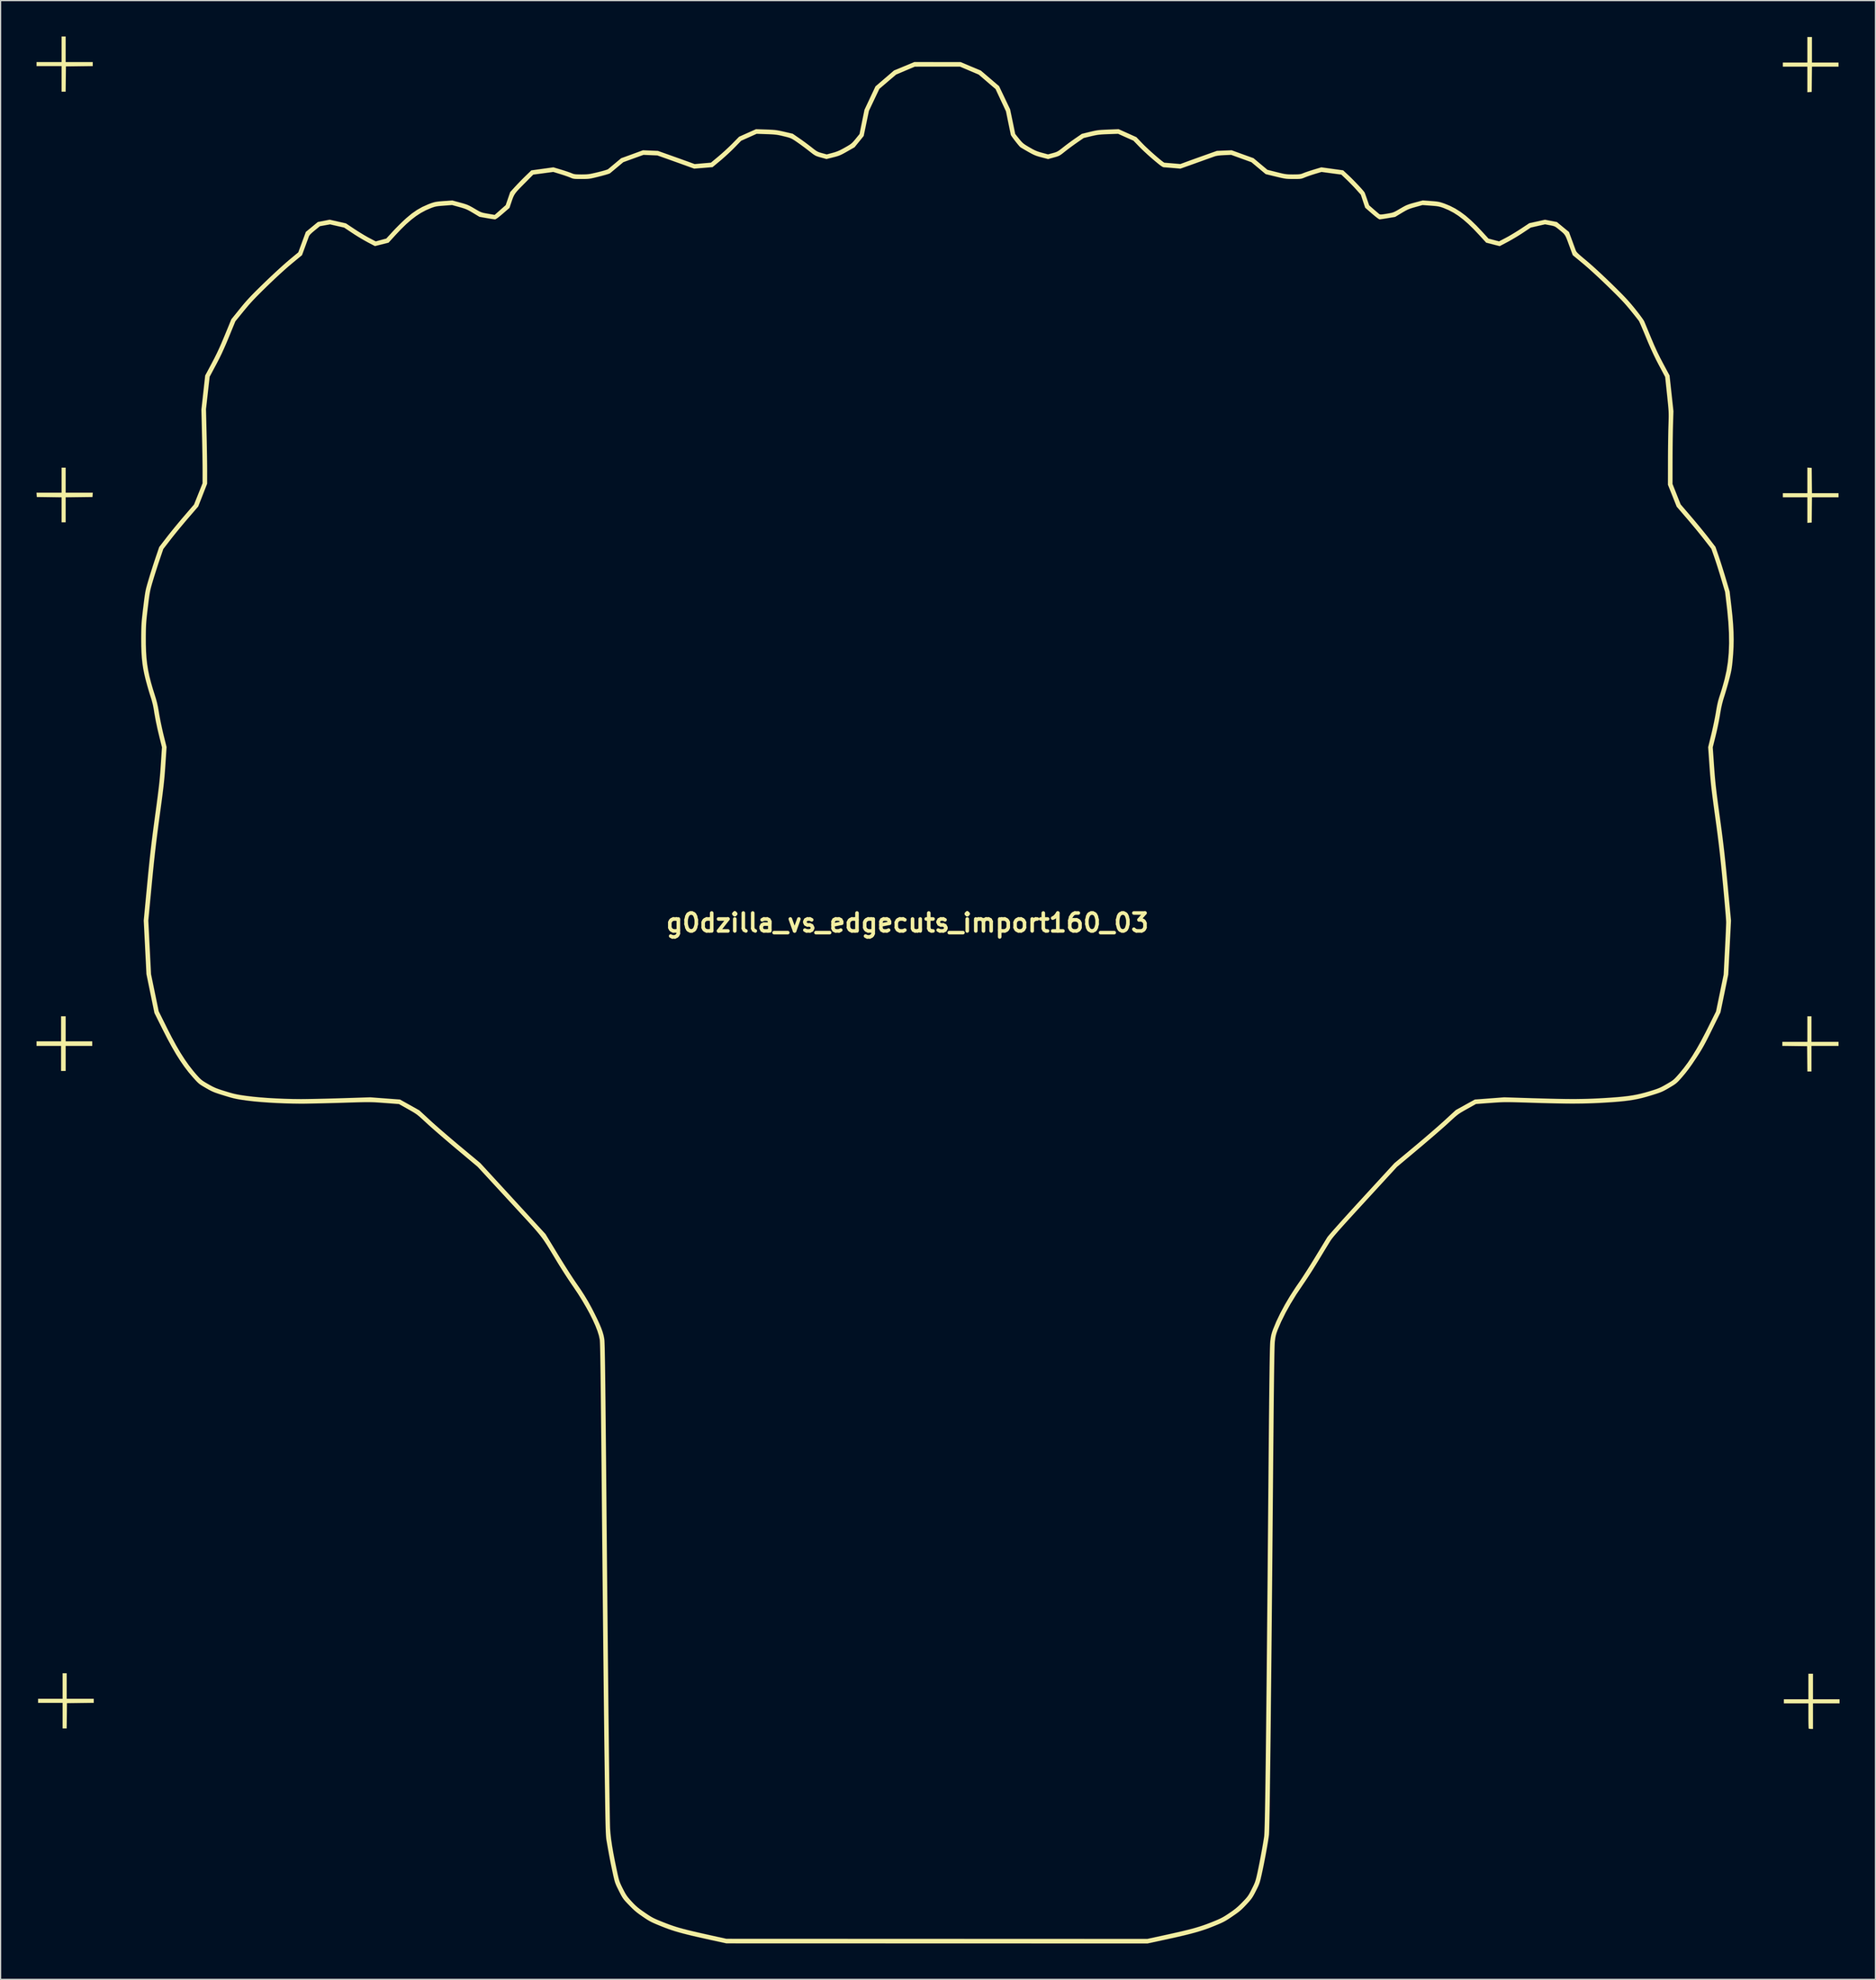
<source format=kicad_pcb>
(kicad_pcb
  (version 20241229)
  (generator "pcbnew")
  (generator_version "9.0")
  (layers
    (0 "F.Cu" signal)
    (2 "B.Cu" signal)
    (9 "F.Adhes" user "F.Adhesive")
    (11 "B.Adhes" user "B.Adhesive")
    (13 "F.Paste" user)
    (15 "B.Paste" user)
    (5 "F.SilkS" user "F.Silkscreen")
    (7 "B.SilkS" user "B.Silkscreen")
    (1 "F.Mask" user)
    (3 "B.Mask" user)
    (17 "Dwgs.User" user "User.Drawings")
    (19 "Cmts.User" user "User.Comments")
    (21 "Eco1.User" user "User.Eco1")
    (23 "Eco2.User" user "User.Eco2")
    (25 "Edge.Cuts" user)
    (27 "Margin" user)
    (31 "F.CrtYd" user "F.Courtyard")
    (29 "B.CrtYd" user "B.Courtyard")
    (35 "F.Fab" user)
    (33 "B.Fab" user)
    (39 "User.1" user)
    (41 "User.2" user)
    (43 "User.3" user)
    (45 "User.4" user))
  (footprint "g0dzilla_vs_edgecuts_import160_03"
    (layer "F.Cu")
    (at 72.79 74.066)
    (property "Reference" "g0dzilla_vs_edgecuts_import160_03" (at 0 0 0) (layer "F.SilkS") (effects (font (size 1.5 1.5) (thickness 0.3))))
    (attr board_only exclude_from_pos_files exclude_from_bom)
    (fp_poly (pts (xy -70.352 -72.998) (xy -70.352 -71.931) (xy -69.22 -71.931) (xy -68.089 -71.931) (xy -68.089 -71.761) (xy -68.089 -71.591) (xy -69.21 -71.58) (xy -70.33 -71.568) (xy -70.342 -70.512) (xy -70.353 -69.455) (xy -70.523 -69.455) (xy -70.693 -69.455) (xy -70.693 -70.522) (xy -70.693 -71.59) (xy -71.739 -71.59) (xy -72.785 -71.59) (xy -72.785 -71.76) (xy -72.785 -71.931) (xy -71.739 -71.931) (xy -70.693 -71.931) (xy -70.693 -72.998) (xy -70.693 -74.066) (xy -70.522 -74.066) (xy -70.352 -74.066)) (stroke (width 0) (type solid)) (fill yes) (layer "F.SilkS"))
    (fp_poly (pts (xy -70.352 -36.99) (xy -70.352 -35.944) (xy -69.218 -35.944) (xy -68.084 -35.944) (xy -68.097 -35.763) (xy -68.11 -35.581) (xy -69.231 -35.57) (xy -70.352 -35.559) (xy -70.352 -34.513) (xy -70.352 -33.468) (xy -70.522 -33.468) (xy -70.693 -33.468) (xy -70.693 -34.513) (xy -70.693 -35.558) (xy -71.728 -35.57) (xy -72.764 -35.581) (xy -72.777 -35.763) (xy -72.79 -35.944) (xy -71.741 -35.944) (xy -70.693 -35.944) (xy -70.693 -36.99) (xy -70.693 -38.036) (xy -70.522 -38.036) (xy -70.352 -38.036)) (stroke (width 0) (type solid)) (fill yes) (layer "F.SilkS"))
    (fp_poly (pts (xy -70.352 8.858) (xy -70.352 9.904) (xy -69.242 9.904) (xy -68.132 9.904) (xy -68.132 10.096) (xy -68.132 10.288) (xy -69.242 10.288) (xy -70.352 10.288) (xy -70.352 11.334) (xy -70.352 12.38) (xy -70.544 12.38) (xy -70.736 12.38) (xy -70.736 11.334) (xy -70.736 10.288) (xy -71.76 10.288) (xy -72.785 10.288) (xy -72.785 10.096) (xy -72.785 9.904) (xy -71.76 9.904) (xy -70.736 9.904) (xy -70.736 8.858) (xy -70.736 7.812) (xy -70.544 7.812) (xy -70.352 7.812)) (stroke (width 0) (type solid)) (fill yes) (layer "F.SilkS"))
    (fp_poly (pts (xy -70.266 63.777) (xy -70.266 64.845) (xy -69.135 64.845) (xy -68.004 64.845) (xy -68.004 65.015) (xy -68.004 65.185) (xy -69.124 65.196) (xy -70.245 65.208) (xy -70.256 66.264) (xy -70.268 67.321) (xy -70.438 67.321) (xy -70.608 67.321) (xy -70.608 66.253) (xy -70.608 65.186) (xy -71.632 65.186) (xy -72.657 65.186) (xy -72.657 65.015) (xy -72.657 64.845) (xy -71.632 64.845) (xy -70.608 64.845) (xy -70.608 63.777) (xy -70.608 62.71) (xy -70.437 62.71) (xy -70.266 62.71)) (stroke (width 0) (type solid)) (fill yes) (layer "F.SilkS"))
    (fp_poly (pts (xy 75.4 -38.028) (xy 75.581 -38.015) (xy 75.592 -36.958) (xy 75.604 -35.902) (xy 76.713 -35.902) (xy 77.822 -35.902) (xy 77.822 -35.731) (xy 77.822 -35.56) (xy 76.713 -35.56) (xy 75.604 -35.56) (xy 75.592 -34.503) (xy 75.581 -33.447) (xy 75.4 -33.434) (xy 75.218 -33.421) (xy 75.218 -34.49) (xy 75.218 -35.56) (xy 74.194 -35.56) (xy 73.169 -35.56) (xy 73.169 -35.731) (xy 73.169 -35.902) (xy 74.194 -35.902) (xy 75.218 -35.902) (xy 75.218 -36.971) (xy 75.218 -38.041)) (stroke (width 0) (type solid)) (fill yes) (layer "F.SilkS"))
    (fp_poly (pts (xy 75.56 8.879) (xy 75.56 9.947) (xy 76.691 9.947) (xy 77.822 9.947) (xy 77.822 10.117) (xy 77.822 10.288) (xy 76.691 10.288) (xy 75.56 10.288) (xy 75.56 11.355) (xy 75.56 12.423) (xy 75.39 12.423) (xy 75.22 12.423) (xy 75.208 11.366) (xy 75.197 10.309) (xy 74.162 10.298) (xy 73.126 10.287) (xy 73.126 10.117) (xy 73.126 9.947) (xy 74.172 9.947) (xy 75.218 9.947) (xy 75.218 8.879) (xy 75.218 7.812) (xy 75.389 7.812) (xy 75.56 7.812)) (stroke (width 0) (type solid)) (fill yes) (layer "F.SilkS"))
    (fp_poly (pts (xy 75.602 -72.956) (xy 75.602 -71.888) (xy 76.712 -71.888) (xy 77.822 -71.888) (xy 77.822 -71.718) (xy 77.822 -71.547) (xy 76.713 -71.547) (xy 75.604 -71.547) (xy 75.592 -70.49) (xy 75.581 -69.434) (xy 75.4 -69.421) (xy 75.218 -69.408) (xy 75.218 -70.477) (xy 75.218 -71.547) (xy 74.194 -71.547) (xy 73.169 -71.547) (xy 73.169 -71.718) (xy 73.169 -71.888) (xy 74.194 -71.888) (xy 75.218 -71.888) (xy 75.218 -72.956) (xy 75.218 -74.023) (xy 75.41 -74.023) (xy 75.602 -74.023)) (stroke (width 0) (type solid)) (fill yes) (layer "F.SilkS"))
    (fp_poly (pts (xy 75.688 63.82) (xy 75.688 64.887) (xy 76.798 64.887) (xy 77.908 64.887) (xy 77.908 65.058) (xy 77.908 65.229) (xy 76.798 65.229) (xy 75.688 65.229) (xy 75.688 66.296) (xy 75.688 67.363) (xy 75.524 67.363) (xy 75.411 67.357) (xy 75.339 67.34) (xy 75.332 67.335) (xy 75.324 67.286) (xy 75.317 67.164) (xy 75.311 66.98) (xy 75.307 66.747) (xy 75.304 66.477) (xy 75.304 66.268) (xy 75.304 65.229) (xy 74.279 65.229) (xy 73.254 65.229) (xy 73.254 65.058) (xy 73.254 64.887) (xy 74.279 64.887) (xy 75.304 64.887) (xy 75.304 63.82) (xy 75.304 62.753) (xy 75.496 62.753) (xy 75.688 62.753)) (stroke (width 0) (type solid)) (fill yes) (layer "F.SilkS"))
    (fp_poly (pts (xy 2.51 -71.931) (xy 4.444 -71.931) (xy 5.294 -71.573) (xy 6.143 -71.216) (xy 6.903 -70.566) (xy 7.663 -69.916) (xy 8.124 -68.949) (xy 8.585 -67.982) (xy 8.796 -66.967) (xy 8.855 -66.684) (xy 8.907 -66.431) (xy 8.951 -66.218) (xy 8.984 -66.057) (xy 9.003 -65.96) (xy 9.007 -65.936) (xy 9.033 -65.898) (xy 9.102 -65.808) (xy 9.204 -65.679) (xy 9.329 -65.524) (xy 9.331 -65.521) (xy 9.465 -65.359) (xy 9.577 -65.236) (xy 9.686 -65.135) (xy 9.812 -65.041) (xy 9.974 -64.938) (xy 10.19 -64.809) (xy 10.196 -64.806) (xy 10.442 -64.665) (xy 10.645 -64.561) (xy 10.832 -64.481) (xy 11.03 -64.413) (xy 11.244 -64.352) (xy 11.751 -64.215) (xy 12.147 -64.321) (xy 12.311 -64.368) (xy 12.441 -64.413) (xy 12.556 -64.469) (xy 12.678 -64.546) (xy 12.825 -64.656) (xy 13.006 -64.798) (xy 13.221 -64.966) (xy 13.477 -65.158) (xy 13.744 -65.353) (xy 13.992 -65.528) (xy 14.023 -65.549) (xy 14.577 -65.93) (xy 15.239 -66.093) (xy 15.475 -66.149) (xy 15.672 -66.192) (xy 15.849 -66.224) (xy 16.028 -66.246) (xy 16.23 -66.263) (xy 16.475 -66.276) (xy 16.777 -66.289) (xy 17.652 -66.322) (xy 18.395 -65.989) (xy 19.138 -65.655) (xy 19.633 -65.136) (xy 19.787 -64.98) (xy 19.973 -64.8) (xy 20.182 -64.605) (xy 20.404 -64.404) (xy 20.629 -64.204) (xy 20.847 -64.014) (xy 21.049 -63.844) (xy 21.224 -63.701) (xy 21.363 -63.594) (xy 21.456 -63.532) (xy 21.487 -63.519) (xy 21.545 -63.515) (xy 21.672 -63.505) (xy 21.852 -63.49) (xy 22.068 -63.472) (xy 22.175 -63.463) (xy 22.814 -63.41) (xy 23.435 -63.638) (xy 23.673 -63.725) (xy 23.966 -63.831) (xy 24.292 -63.948) (xy 24.624 -64.067) (xy 24.939 -64.179) (xy 24.962 -64.187) (xy 25.869 -64.509) (xy 26.485 -64.534) (xy 27.101 -64.559) (xy 28.015 -64.228) (xy 28.928 -63.898) (xy 29.509 -63.412) (xy 30.09 -62.926) (xy 30.86 -62.733) (xy 31.138 -62.664) (xy 31.355 -62.613) (xy 31.531 -62.579) (xy 31.687 -62.557) (xy 31.844 -62.545) (xy 32.023 -62.54) (xy 32.23 -62.539) (xy 32.475 -62.541) (xy 32.655 -62.546) (xy 32.789 -62.558) (xy 32.898 -62.58) (xy 33.001 -62.613) (xy 33.096 -62.651) (xy 33.235 -62.705) (xy 33.433 -62.774) (xy 33.666 -62.851) (xy 33.91 -62.928) (xy 33.978 -62.949) (xy 34.595 -63.134) (xy 35.507 -63.008) (xy 36.419 -62.883) (xy 36.908 -62.427) (xy 37.074 -62.268) (xy 37.26 -62.082) (xy 37.456 -61.881) (xy 37.65 -61.677) (xy 37.832 -61.481) (xy 37.99 -61.306) (xy 38.114 -61.162) (xy 38.194 -61.06) (xy 38.212 -61.031) (xy 38.236 -60.974) (xy 38.281 -60.852) (xy 38.341 -60.685) (xy 38.411 -60.488) (xy 38.417 -60.468) (xy 38.596 -59.955) (xy 38.985 -59.614) (xy 39.144 -59.477) (xy 39.285 -59.356) (xy 39.393 -59.265) (xy 39.451 -59.219) (xy 39.497 -59.199) (xy 39.57 -59.191) (xy 39.684 -59.199) (xy 39.854 -59.222) (xy 40.072 -59.257) (xy 40.283 -59.293) (xy 40.444 -59.326) (xy 40.576 -59.363) (xy 40.701 -59.413) (xy 40.84 -59.484) (xy 41.016 -59.584) (xy 41.177 -59.679) (xy 41.4 -59.808) (xy 41.58 -59.906) (xy 41.742 -59.981) (xy 41.911 -60.045) (xy 42.11 -60.107) (xy 42.366 -60.178) (xy 42.4 -60.187) (xy 43.065 -60.366) (xy 43.742 -60.318) (xy 44.009 -60.298) (xy 44.214 -60.278) (xy 44.381 -60.253) (xy 44.532 -60.219) (xy 44.692 -60.17) (xy 44.883 -60.104) (xy 44.906 -60.096) (xy 45.356 -59.912) (xy 45.793 -59.687) (xy 46.224 -59.415) (xy 46.659 -59.09) (xy 47.104 -58.704) (xy 47.57 -58.253) (xy 48 -57.798) (xy 48.57 -57.177) (xy 49.009 -57.062) (xy 49.447 -56.947) (xy 50.006 -57.239) (xy 50.233 -57.363) (xy 50.504 -57.521) (xy 50.795 -57.696) (xy 51.081 -57.875) (xy 51.27 -57.998) (xy 51.974 -58.464) (xy 52.631 -58.609) (xy 53.288 -58.755) (xy 53.786 -58.659) (xy 54.283 -58.563) (xy 54.788 -58.147) (xy 55.294 -57.731) (xy 55.544 -57.051) (xy 55.632 -56.811) (xy 55.715 -56.585) (xy 55.787 -56.392) (xy 55.839 -56.25) (xy 55.86 -56.193) (xy 55.891 -56.128) (xy 55.941 -56.056) (xy 56.017 -55.971) (xy 56.129 -55.864) (xy 56.283 -55.727) (xy 56.489 -55.552) (xy 56.729 -55.353) (xy 56.99 -55.131) (xy 57.299 -54.858) (xy 57.644 -54.545) (xy 58.014 -54.203) (xy 58.396 -53.841) (xy 58.781 -53.471) (xy 58.836 -53.417) (xy 59.19 -53.071) (xy 59.49 -52.773) (xy 59.748 -52.513) (xy 59.972 -52.28) (xy 60.172 -52.066) (xy 60.356 -51.859) (xy 60.536 -51.649) (xy 60.721 -51.426) (xy 60.813 -51.312) (xy 61.005 -51.071) (xy 61.183 -50.84) (xy 61.339 -50.63) (xy 61.464 -50.454) (xy 61.549 -50.323) (xy 61.58 -50.266) (xy 61.621 -50.172) (xy 61.689 -50.01) (xy 61.779 -49.795) (xy 61.886 -49.537) (xy 62.004 -49.25) (xy 62.13 -48.945) (xy 62.149 -48.899) (xy 62.404 -48.296) (xy 62.655 -47.745) (xy 62.916 -47.213) (xy 63.162 -46.743) (xy 63.7 -45.741) (xy 63.863 -44.247) (xy 64.025 -42.753) (xy 63.989 -41.601) (xy 63.981 -41.296) (xy 63.974 -40.923) (xy 63.967 -40.499) (xy 63.961 -40.042) (xy 63.956 -39.568) (xy 63.953 -39.095) (xy 63.951 -38.64) (xy 63.951 -38.561) (xy 63.948 -36.674) (xy 64.287 -35.822) (xy 64.625 -34.969) (xy 65.514 -33.93) (xy 65.767 -33.632) (xy 66.034 -33.313) (xy 66.301 -32.99) (xy 66.553 -32.68) (xy 66.778 -32.4) (xy 66.961 -32.167) (xy 66.97 -32.155) (xy 67.536 -31.418) (xy 67.792 -30.682) (xy 67.877 -30.43) (xy 67.979 -30.117) (xy 68.091 -29.766) (xy 68.206 -29.398) (xy 68.318 -29.036) (xy 68.384 -28.815) (xy 68.722 -27.684) (xy 68.873 -26.403) (xy 68.955 -25.638) (xy 69.013 -24.938) (xy 69.048 -24.286) (xy 69.06 -23.666) (xy 69.049 -23.062) (xy 69.015 -22.457) (xy 68.991 -22.156) (xy 68.96 -21.815) (xy 68.93 -21.536) (xy 68.898 -21.299) (xy 68.861 -21.08) (xy 68.815 -20.858) (xy 68.755 -20.61) (xy 68.709 -20.427) (xy 68.625 -20.112) (xy 68.526 -19.76) (xy 68.422 -19.405) (xy 68.324 -19.082) (xy 68.283 -18.954) (xy 68.179 -18.616) (xy 68.095 -18.302) (xy 68.023 -17.982) (xy 67.957 -17.624) (xy 67.923 -17.417) (xy 67.87 -17.108) (xy 67.8 -16.746) (xy 67.72 -16.361) (xy 67.636 -15.981) (xy 67.554 -15.637) (xy 67.551 -15.625) (xy 67.311 -14.665) (xy 67.421 -13.085) (xy 67.447 -12.731) (xy 67.472 -12.406) (xy 67.498 -12.098) (xy 67.526 -11.795) (xy 67.558 -11.486) (xy 67.595 -11.161) (xy 67.637 -10.808) (xy 67.687 -10.416) (xy 67.745 -9.974) (xy 67.814 -9.47) (xy 67.893 -8.894) (xy 67.897 -8.861) (xy 67.983 -8.236) (xy 68.06 -7.662) (xy 68.129 -7.123) (xy 68.193 -6.604) (xy 68.254 -6.09) (xy 68.312 -5.565) (xy 68.371 -5.013) (xy 68.432 -4.419) (xy 68.496 -3.768) (xy 68.55 -3.205) (xy 68.837 -0.192) (xy 68.722 2.065) (xy 68.607 4.321) (xy 68.281 5.907) (xy 67.955 7.492) (xy 67.24 8.943) (xy 67.039 9.35) (xy 66.866 9.693) (xy 66.714 9.987) (xy 66.575 10.245) (xy 66.441 10.482) (xy 66.305 10.711) (xy 66.158 10.946) (xy 65.993 11.202) (xy 65.9 11.344) (xy 65.582 11.816) (xy 65.291 12.223) (xy 65.016 12.578) (xy 64.78 12.86) (xy 64.599 13.065) (xy 64.456 13.221) (xy 64.334 13.341) (xy 64.216 13.442) (xy 64.083 13.537) (xy 63.919 13.64) (xy 63.705 13.768) (xy 63.679 13.784) (xy 63.477 13.902) (xy 63.307 13.996) (xy 63.153 14.074) (xy 62.997 14.143) (xy 62.822 14.21) (xy 62.611 14.282) (xy 62.347 14.366) (xy 62.134 14.432) (xy 61.76 14.543) (xy 61.405 14.638) (xy 61.056 14.719) (xy 60.7 14.788) (xy 60.324 14.847) (xy 59.915 14.898) (xy 59.462 14.943) (xy 58.951 14.984) (xy 58.368 15.022) (xy 58.271 15.028) (xy 57.805 15.054) (xy 57.351 15.075) (xy 56.897 15.09) (xy 56.435 15.101) (xy 55.954 15.106) (xy 55.444 15.107) (xy 54.896 15.103) (xy 54.301 15.093) (xy 53.647 15.079) (xy 52.926 15.06) (xy 52.288 15.04) (xy 51.776 15.024) (xy 51.339 15.011) (xy 50.968 15.001) (xy 50.652 14.993) (xy 50.381 14.989) (xy 50.146 14.987) (xy 49.935 14.988) (xy 49.74 14.992) (xy 49.551 14.999) (xy 49.356 15.01) (xy 49.147 15.023) (xy 48.913 15.039) (xy 48.718 15.053) (xy 47.523 15.141) (xy 46.77 15.562) (xy 46.533 15.695) (xy 46.343 15.806) (xy 46.183 15.905) (xy 46.04 16.003) (xy 45.899 16.112) (xy 45.745 16.242) (xy 45.564 16.405) (xy 45.34 16.61) (xy 45.238 16.705) (xy 45.049 16.877) (xy 44.804 17.096) (xy 44.513 17.351) (xy 44.187 17.635) (xy 43.835 17.939) (xy 43.467 18.253) (xy 43.095 18.57) (xy 42.727 18.88) (xy 42.689 18.912) (xy 40.917 20.398) (xy 38.255 23.296) (xy 37.788 23.805) (xy 37.375 24.256) (xy 37.013 24.652) (xy 36.698 24.999) (xy 36.426 25.3) (xy 36.194 25.559) (xy 35.997 25.782) (xy 35.833 25.971) (xy 35.697 26.131) (xy 35.585 26.267) (xy 35.494 26.383) (xy 35.42 26.483) (xy 35.36 26.57) (xy 35.328 26.621) (xy 35.238 26.766) (xy 35.113 26.97) (xy 34.959 27.222) (xy 34.786 27.507) (xy 34.601 27.813) (xy 34.411 28.126) (xy 34.342 28.24) (xy 34.133 28.582) (xy 33.906 28.946) (xy 33.671 29.314) (xy 33.442 29.666) (xy 33.231 29.984) (xy 33.05 30.248) (xy 33.038 30.267) (xy 32.509 31.052) (xy 32.029 31.833) (xy 31.602 32.6) (xy 31.235 33.342) (xy 30.943 34.023) (xy 30.855 34.263) (xy 30.793 34.474) (xy 30.749 34.694) (xy 30.714 34.958) (xy 30.71 34.991) (xy 30.704 35.064) (xy 30.698 35.174) (xy 30.692 35.323) (xy 30.686 35.514) (xy 30.68 35.748) (xy 30.673 36.029) (xy 30.667 36.358) (xy 30.661 36.738) (xy 30.654 37.172) (xy 30.647 37.661) (xy 30.64 38.208) (xy 30.633 38.816) (xy 30.625 39.487) (xy 30.617 40.223) (xy 30.609 41.027) (xy 30.601 41.9) (xy 30.592 42.846) (xy 30.582 43.867) (xy 30.572 44.965) (xy 30.562 46.143) (xy 30.551 47.403) (xy 30.546 47.99) (xy 30.529 49.933) (xy 30.513 51.814) (xy 30.497 53.634) (xy 30.481 55.391) (xy 30.465 57.084) (xy 30.45 58.713) (xy 30.435 60.275) (xy 30.42 61.771) (xy 30.406 63.199) (xy 30.391 64.559) (xy 30.378 65.849) (xy 30.365 67.068) (xy 30.352 68.216) (xy 30.339 69.291) (xy 30.327 70.293) (xy 30.315 71.221) (xy 30.304 72.073) (xy 30.293 72.849) (xy 30.283 73.547) (xy 30.273 74.168) (xy 30.263 74.709) (xy 30.254 75.17) (xy 30.246 75.549) (xy 30.238 75.847) (xy 30.23 76.062) (xy 30.223 76.192) (xy 30.22 76.221) (xy 30.186 76.468) (xy 30.137 76.782) (xy 30.075 77.148) (xy 30.003 77.551) (xy 29.925 77.976) (xy 29.842 78.405) (xy 29.759 78.825) (xy 29.677 79.219) (xy 29.642 79.379) (xy 29.576 79.679) (xy 29.522 79.913) (xy 29.473 80.1) (xy 29.423 80.259) (xy 29.367 80.406) (xy 29.298 80.561) (xy 29.21 80.741) (xy 29.133 80.894) (xy 29.009 81.136) (xy 28.905 81.324) (xy 28.807 81.481) (xy 28.699 81.627) (xy 28.565 81.786) (xy 28.391 81.978) (xy 28.337 82.036) (xy 28.147 82.238) (xy 27.982 82.402) (xy 27.822 82.546) (xy 27.649 82.686) (xy 27.441 82.837) (xy 27.182 83.017) (xy 27.172 83.024) (xy 26.939 83.181) (xy 26.745 83.307) (xy 26.571 83.411) (xy 26.399 83.503) (xy 26.209 83.594) (xy 25.984 83.692) (xy 25.704 83.808) (xy 25.592 83.853) (xy 25.287 83.974) (xy 24.984 84.086) (xy 24.673 84.191) (xy 24.346 84.294) (xy 23.992 84.396) (xy 23.602 84.5) (xy 23.166 84.608) (xy 22.676 84.723) (xy 22.12 84.848) (xy 21.491 84.986) (xy 21.466 84.992) (xy 20.071 85.293) (xy 2.469 85.289) (xy -15.133 85.285) (xy -16.371 85.014) (xy -16.983 84.878) (xy -17.521 84.757) (xy -17.993 84.648) (xy -18.408 84.547) (xy -18.776 84.453) (xy -19.105 84.363) (xy -19.406 84.275) (xy -19.686 84.185) (xy -19.955 84.093) (xy -20.222 83.994) (xy -20.496 83.887) (xy -20.52 83.878) (xy -20.831 83.752) (xy -21.08 83.648) (xy -21.283 83.557) (xy -21.458 83.471) (xy -21.622 83.38) (xy -21.792 83.275) (xy -21.984 83.149) (xy -22.099 83.071) (xy -22.375 82.88) (xy -22.602 82.711) (xy -22.805 82.541) (xy -23.009 82.351) (xy -23.24 82.118) (xy -23.257 82.1) (xy -23.448 81.902) (xy -23.593 81.746) (xy -23.705 81.612) (xy -23.798 81.481) (xy -23.887 81.335) (xy -23.984 81.154) (xy -24.104 80.919) (xy -24.115 80.896) (xy -24.225 80.677) (xy -24.31 80.501) (xy -24.376 80.348) (xy -24.431 80.202) (xy -24.479 80.043) (xy -24.526 79.855) (xy -24.58 79.619) (xy -24.645 79.318) (xy -24.646 79.316) (xy -24.729 78.923) (xy -24.806 78.551) (xy -24.879 78.18) (xy -24.952 77.792) (xy -25.03 77.365) (xy -25.115 76.88) (xy -25.144 76.712) (xy -25.156 76.642) (xy -25.166 76.568) (xy -25.176 76.485) (xy -25.185 76.389) (xy -25.194 76.276) (xy -25.202 76.142) (xy -25.209 75.982) (xy -25.216 75.791) (xy -25.223 75.567) (xy -25.23 75.303) (xy -25.237 74.997) (xy -25.244 74.643) (xy -25.251 74.238) (xy -25.259 73.777) (xy -25.267 73.256) (xy -25.275 72.67) (xy -25.285 72.015) (xy -25.295 71.288) (xy -25.305 70.482) (xy -25.315 69.733) (xy -25.323 69.154) (xy -25.331 68.495) (xy -25.34 67.761) (xy -25.349 66.959) (xy -25.359 66.093) (xy -25.369 65.168) (xy -25.38 64.191) (xy -25.391 63.167) (xy -25.402 62.101) (xy -25.414 60.998) (xy -25.426 59.864) (xy -25.438 58.705) (xy -25.449 57.525) (xy -25.461 56.331) (xy -25.473 55.127) (xy -25.485 53.92) (xy -25.496 52.714) (xy -25.508 51.516) (xy -25.519 50.329) (xy -25.529 49.242) (xy -25.541 47.881) (xy -25.553 46.604) (xy -25.564 45.407) (xy -25.575 44.289) (xy -25.585 43.247) (xy -25.595 42.278) (xy -25.604 41.381) (xy -25.613 40.553) (xy -25.621 39.792) (xy -25.629 39.096) (xy -25.637 38.461) (xy -25.644 37.887) (xy -25.651 37.37) (xy -25.658 36.908) (xy -25.664 36.499) (xy -25.67 36.141) (xy -25.676 35.831) (xy -25.682 35.566) (xy -25.688 35.346) (xy -25.694 35.166) (xy -25.7 35.026) (xy -25.706 34.922) (xy -25.711 34.853) (xy -25.714 34.834) (xy -25.784 34.498) (xy -25.908 34.106) (xy -26.079 33.665) (xy -26.296 33.183) (xy -26.553 32.669) (xy -26.848 32.129) (xy -27.175 31.571) (xy -27.531 31.003) (xy -27.912 30.434) (xy -27.998 30.311) (xy -28.18 30.045) (xy -28.393 29.725) (xy -28.623 29.372) (xy -28.857 29.006) (xy -29.083 28.647) (xy -29.266 28.347) (xy -29.481 27.992) (xy -29.668 27.681) (xy -29.834 27.406) (xy -29.983 27.163) (xy -30.118 26.944) (xy -30.247 26.745) (xy -30.372 26.559) (xy -30.498 26.381) (xy -30.631 26.204) (xy -30.775 26.022) (xy -30.934 25.83) (xy -31.114 25.621) (xy -31.318 25.389) (xy -31.553 25.129) (xy -31.821 24.835) (xy -32.129 24.501) (xy -32.481 24.12) (xy -32.881 23.686) (xy -33.269 23.266) (xy -35.925 20.384) (xy -37.681 18.911) (xy -38.047 18.603) (xy -38.419 18.287) (xy -38.786 17.973) (xy -39.139 17.668) (xy -39.468 17.382) (xy -39.762 17.123) (xy -40.012 16.901) (xy -40.206 16.723) (xy -40.216 16.714) (xy -40.46 16.488) (xy -40.656 16.309) (xy -40.819 16.167) (xy -40.963 16.051) (xy -41.103 15.95) (xy -41.253 15.852) (xy -41.429 15.748) (xy -41.643 15.625) (xy -41.746 15.568) (xy -42.497 15.146) (xy -43.69 15.056) (xy -43.947 15.037) (xy -44.172 15.021) (xy -44.374 15.008) (xy -44.563 14.998) (xy -44.749 14.992) (xy -44.943 14.988) (xy -45.154 14.987) (xy -45.392 14.989) (xy -45.666 14.994) (xy -45.987 15.002) (xy -46.365 15.013) (xy -46.81 15.026) (xy -47.276 15.041) (xy -47.761 15.055) (xy -48.252 15.068) (xy -48.738 15.081) (xy -49.205 15.091) (xy -49.64 15.1) (xy -50.032 15.107) (xy -50.367 15.112) (xy -50.634 15.114) (xy -50.693 15.114) (xy -51.347 15.107) (xy -52.022 15.09) (xy -52.702 15.061) (xy -53.368 15.024) (xy -54.005 14.978) (xy -54.594 14.925) (xy -55.12 14.865) (xy -55.237 14.85) (xy -55.572 14.803) (xy -55.845 14.761) (xy -56.082 14.717) (xy -56.304 14.668) (xy -56.537 14.608) (xy -56.804 14.53) (xy -57.116 14.435) (xy -57.427 14.338) (xy -57.674 14.257) (xy -57.875 14.186) (xy -58.048 14.115) (xy -58.211 14.039) (xy -58.381 13.95) (xy -58.576 13.84) (xy -58.629 13.81) (xy -58.842 13.686) (xy -59.006 13.586) (xy -59.139 13.495) (xy -59.257 13.399) (xy -59.377 13.284) (xy -59.516 13.137) (xy -59.691 12.942) (xy -59.736 12.892) (xy -60.09 12.475) (xy -60.437 12.021) (xy -60.781 11.523) (xy -61.128 10.974) (xy -61.482 10.365) (xy -61.849 9.689) (xy -62.204 8.996) (xy -62.932 7.54) (xy -63.266 5.915) (xy -63.601 4.29) (xy -63.714 2.049) (xy -63.827 -0.192) (xy -63.545 -3.159) (xy -63.475 -3.887) (xy -63.409 -4.547) (xy -63.346 -5.156) (xy -63.283 -5.732) (xy -63.219 -6.293) (xy -63.152 -6.855) (xy -63.079 -7.436) (xy -62.998 -8.052) (xy -62.908 -8.723) (xy -62.881 -8.922) (xy -62.8 -9.516) (xy -62.731 -10.036) (xy -62.671 -10.492) (xy -62.62 -10.895) (xy -62.576 -11.253) (xy -62.539 -11.578) (xy -62.507 -11.88) (xy -62.48 -12.168) (xy -62.455 -12.454) (xy -62.432 -12.747) (xy -62.41 -13.057) (xy -62.401 -13.194) (xy -62.303 -14.67) (xy -62.506 -15.478) (xy -62.679 -16.2) (xy -62.822 -16.875) (xy -62.94 -17.529) (xy -62.989 -17.844) (xy -63.063 -18.224) (xy -63.174 -18.644) (xy -63.268 -18.94) (xy -63.346 -19.184) (xy -63.437 -19.484) (xy -63.531 -19.813) (xy -63.621 -20.142) (xy -63.686 -20.391) (xy -63.789 -20.829) (xy -63.872 -21.254) (xy -63.936 -21.68) (xy -63.983 -22.123) (xy -64.015 -22.599) (xy -64.033 -23.123) (xy -64.038 -23.712) (xy -64.037 -23.927) (xy -63.653 -23.927) (xy -63.651 -23.271) (xy -63.633 -22.68) (xy -63.598 -22.138) (xy -63.542 -21.626) (xy -63.462 -21.127) (xy -63.357 -20.621) (xy -63.222 -20.091) (xy -63.056 -19.519) (xy -62.904 -19.039) (xy -62.801 -18.704) (xy -62.717 -18.393) (xy -62.646 -18.077) (xy -62.58 -17.724) (xy -62.544 -17.503) (xy -62.491 -17.199) (xy -62.422 -16.841) (xy -62.342 -16.457) (xy -62.258 -16.075) (xy -62.176 -15.723) (xy -62.165 -15.679) (xy -61.918 -14.688) (xy -62.017 -13.203) (xy -62.039 -12.881) (xy -62.061 -12.583) (xy -62.084 -12.297) (xy -62.11 -12.013) (xy -62.139 -11.721) (xy -62.173 -11.411) (xy -62.213 -11.073) (xy -62.26 -10.696) (xy -62.315 -10.27) (xy -62.38 -9.786) (xy -62.455 -9.232) (xy -62.497 -8.922) (xy -62.59 -8.233) (xy -62.673 -7.601) (xy -62.748 -7.011) (xy -62.817 -6.444) (xy -62.882 -5.883) (xy -62.945 -5.311) (xy -63.008 -4.711) (xy -63.073 -4.065) (xy -63.142 -3.355) (xy -63.161 -3.159) (xy -63.443 -0.192) (xy -63.33 2.049) (xy -63.216 4.29) (xy -62.896 5.84) (xy -62.576 7.39) (xy -61.862 8.828) (xy -61.48 9.576) (xy -61.114 10.249) (xy -60.758 10.856) (xy -60.408 11.403) (xy -60.059 11.9) (xy -59.705 12.355) (xy -59.508 12.589) (xy -59.331 12.791) (xy -59.192 12.943) (xy -59.073 13.06) (xy -58.956 13.158) (xy -58.824 13.25) (xy -58.658 13.352) (xy -58.451 13.473) (xy -58.242 13.592) (xy -58.063 13.688) (xy -57.894 13.768) (xy -57.717 13.841) (xy -57.512 13.915) (xy -57.259 13.998) (xy -57.014 14.074) (xy -56.706 14.168) (xy -56.448 14.242) (xy -56.218 14.3) (xy -55.99 14.348) (xy -55.742 14.392) (xy -55.448 14.436) (xy -55.218 14.468) (xy -54.691 14.531) (xy -54.096 14.587) (xy -53.449 14.636) (xy -52.768 14.675) (xy -52.07 14.704) (xy -51.371 14.723) (xy -50.715 14.729) (xy -50.455 14.728) (xy -50.124 14.724) (xy -49.733 14.718) (xy -49.297 14.709) (xy -48.827 14.699) (xy -48.339 14.687) (xy -47.843 14.674) (xy -47.355 14.659) (xy -47.257 14.656) (xy -44.888 14.582) (xy -43.647 14.675) (xy -42.406 14.767) (xy -41.598 15.22) (xy -40.789 15.673) (xy -39.914 16.482) (xy -39.697 16.68) (xy -39.426 16.922) (xy -39.111 17.198) (xy -38.764 17.499) (xy -38.397 17.814) (xy -38.021 18.135) (xy -37.648 18.45) (xy -37.371 18.682) (xy -35.702 20.072) (xy -32.974 23.041) (xy -30.245 26.011) (xy -29.23 27.68) (xy -28.999 28.057) (xy -28.76 28.441) (xy -28.522 28.819) (xy -28.293 29.179) (xy -28.081 29.507) (xy -27.893 29.793) (xy -27.738 30.023) (xy -27.682 30.103) (xy -27.308 30.647) (xy -26.978 31.157) (xy -26.677 31.661) (xy -26.388 32.185) (xy -26.116 32.718) (xy -25.902 33.157) (xy -25.728 33.535) (xy -25.591 33.862) (xy -25.486 34.15) (xy -25.408 34.41) (xy -25.355 34.653) (xy -25.33 34.813) (xy -25.323 34.878) (xy -25.317 34.981) (xy -25.311 35.125) (xy -25.305 35.31) (xy -25.298 35.54) (xy -25.292 35.818) (xy -25.286 36.146) (xy -25.279 36.525) (xy -25.272 36.96) (xy -25.265 37.451) (xy -25.258 38.002) (xy -25.25 38.614) (xy -25.243 39.292) (xy -25.234 40.035) (xy -25.226 40.848) (xy -25.217 41.733) (xy -25.208 42.692) (xy -25.198 43.727) (xy -25.187 44.842) (xy -25.176 46.037) (xy -25.169 46.851) (xy -25.153 48.601) (xy -25.138 50.313) (xy -25.122 51.986) (xy -25.107 53.617) (xy -25.092 55.205) (xy -25.077 56.749) (xy -25.062 58.245) (xy -25.048 59.694) (xy -25.034 61.092) (xy -25.02 62.438) (xy -25.007 63.73) (xy -24.993 64.966) (xy -24.981 66.145) (xy -24.968 67.265) (xy -24.956 68.324) (xy -24.945 69.32) (xy -24.934 70.251) (xy -24.923 71.116) (xy -24.913 71.913) (xy -24.903 72.64) (xy -24.894 73.295) (xy -24.885 73.877) (xy -24.877 74.383) (xy -24.87 74.812) (xy -24.863 75.162) (xy -24.857 75.431) (xy -24.851 75.618) (xy -24.848 75.688) (xy -24.816 76.11) (xy -24.761 76.587) (xy -24.682 77.125) (xy -24.579 77.728) (xy -24.449 78.402) (xy -24.294 79.151) (xy -24.272 79.254) (xy -24.207 79.549) (xy -24.153 79.779) (xy -24.104 79.964) (xy -24.053 80.123) (xy -23.993 80.274) (xy -23.92 80.437) (xy -23.825 80.631) (xy -23.787 80.707) (xy -23.661 80.953) (xy -23.555 81.144) (xy -23.451 81.305) (xy -23.335 81.459) (xy -23.189 81.629) (xy -23.052 81.78) (xy -22.871 81.973) (xy -22.705 82.135) (xy -22.537 82.282) (xy -22.345 82.432) (xy -22.111 82.6) (xy -21.957 82.707) (xy -21.735 82.858) (xy -21.55 82.979) (xy -21.385 83.079) (xy -21.222 83.167) (xy -21.042 83.252) (xy -20.828 83.345) (xy -20.562 83.453) (xy -20.392 83.521) (xy -20.111 83.631) (xy -19.841 83.732) (xy -19.572 83.825) (xy -19.295 83.914) (xy -18.999 84.001) (xy -18.675 84.089) (xy -18.313 84.182) (xy -17.903 84.281) (xy -17.434 84.389) (xy -16.898 84.51) (xy -16.542 84.589) (xy -15.133 84.899) (xy 2.461 84.904) (xy 20.056 84.909) (xy 21.351 84.629) (xy 21.97 84.493) (xy 22.515 84.371) (xy 22.994 84.26) (xy 23.418 84.156) (xy 23.795 84.059) (xy 24.134 83.964) (xy 24.446 83.869) (xy 24.738 83.772) (xy 25.022 83.671) (xy 25.305 83.563) (xy 25.4 83.525) (xy 25.707 83.401) (xy 25.952 83.297) (xy 26.155 83.204) (xy 26.332 83.113) (xy 26.504 83.015) (xy 26.688 82.898) (xy 26.902 82.756) (xy 27.187 82.558) (xy 27.423 82.379) (xy 27.637 82.196) (xy 27.854 81.988) (xy 27.996 81.844) (xy 28.182 81.649) (xy 28.323 81.493) (xy 28.434 81.355) (xy 28.529 81.214) (xy 28.624 81.049) (xy 28.734 80.84) (xy 28.781 80.746) (xy 28.894 80.521) (xy 28.98 80.337) (xy 29.047 80.172) (xy 29.103 80.003) (xy 29.156 79.809) (xy 29.213 79.566) (xy 29.25 79.402) (xy 29.327 79.037) (xy 29.411 78.625) (xy 29.497 78.184) (xy 29.581 77.734) (xy 29.661 77.296) (xy 29.731 76.889) (xy 29.789 76.533) (xy 29.816 76.349) (xy 29.824 76.268) (xy 29.832 76.136) (xy 29.841 75.952) (xy 29.849 75.716) (xy 29.858 75.426) (xy 29.867 75.08) (xy 29.876 74.678) (xy 29.885 74.218) (xy 29.895 73.699) (xy 29.905 73.121) (xy 29.915 72.48) (xy 29.925 71.777) (xy 29.935 71.01) (xy 29.946 70.178) (xy 29.957 69.28) (xy 29.968 68.315) (xy 29.98 67.28) (xy 29.992 66.175) (xy 30.005 65) (xy 30.018 63.752) (xy 30.031 62.43) (xy 30.045 61.033) (xy 30.059 59.56) (xy 30.073 58.01) (xy 30.088 56.381) (xy 30.104 54.672) (xy 30.119 52.883) (xy 30.136 51.011) (xy 30.153 49.055) (xy 30.162 47.987) (xy 30.173 46.707) (xy 30.183 45.51) (xy 30.193 44.394) (xy 30.203 43.355) (xy 30.212 42.391) (xy 30.22 41.499) (xy 30.229 40.677) (xy 30.236 39.923) (xy 30.244 39.234) (xy 30.251 38.606) (xy 30.258 38.038) (xy 30.265 37.528) (xy 30.271 37.071) (xy 30.278 36.667) (xy 30.284 36.312) (xy 30.29 36.003) (xy 30.296 35.739) (xy 30.302 35.516) (xy 30.308 35.332) (xy 30.314 35.184) (xy 30.32 35.07) (xy 30.326 34.988) (xy 30.329 34.965) (xy 30.366 34.68) (xy 30.41 34.445) (xy 30.471 34.225) (xy 30.556 33.983) (xy 30.557 33.978) (xy 30.827 33.328) (xy 31.156 32.641) (xy 31.538 31.929) (xy 31.964 31.207) (xy 32.427 30.49) (xy 32.669 30.139) (xy 32.825 29.912) (xy 33.015 29.626) (xy 33.229 29.297) (xy 33.458 28.94) (xy 33.691 28.57) (xy 33.92 28.202) (xy 34.08 27.941) (xy 34.277 27.615) (xy 34.468 27.303) (xy 34.644 27.013) (xy 34.801 26.756) (xy 34.932 26.541) (xy 35.031 26.379) (xy 35.092 26.28) (xy 35.095 26.275) (xy 35.147 26.206) (xy 35.254 26.078) (xy 35.41 25.897) (xy 35.612 25.667) (xy 35.856 25.392) (xy 36.137 25.078) (xy 36.451 24.728) (xy 36.795 24.348) (xy 37.164 23.942) (xy 37.554 23.514) (xy 37.961 23.07) (xy 37.979 23.05) (xy 40.704 20.082) (xy 42.342 18.718) (xy 42.706 18.412) (xy 43.085 18.092) (xy 43.464 17.768) (xy 43.834 17.449) (xy 44.182 17.146) (xy 44.496 16.87) (xy 44.763 16.631) (xy 44.907 16.499) (xy 45.834 15.646) (xy 46.628 15.206) (xy 47.422 14.767) (xy 48.652 14.675) (xy 49.882 14.582) (xy 52.273 14.657) (xy 53.041 14.679) (xy 53.734 14.697) (xy 54.362 14.711) (xy 54.933 14.72) (xy 55.458 14.724) (xy 55.947 14.723) (xy 56.409 14.717) (xy 56.855 14.707) (xy 57.293 14.692) (xy 57.734 14.672) (xy 58.187 14.647) (xy 58.271 14.642) (xy 58.861 14.604) (xy 59.378 14.564) (xy 59.835 14.521) (xy 60.244 14.473) (xy 60.617 14.417) (xy 60.966 14.352) (xy 61.305 14.276) (xy 61.645 14.188) (xy 61.999 14.085) (xy 62.002 14.084) (xy 62.302 13.991) (xy 62.54 13.914) (xy 62.734 13.844) (xy 62.903 13.773) (xy 63.067 13.693) (xy 63.245 13.597) (xy 63.449 13.48) (xy 63.663 13.354) (xy 63.828 13.253) (xy 63.96 13.161) (xy 64.076 13.065) (xy 64.194 12.949) (xy 64.332 12.799) (xy 64.506 12.6) (xy 64.526 12.578) (xy 64.886 12.14) (xy 65.241 11.661) (xy 65.596 11.131) (xy 65.955 10.544) (xy 66.323 9.892) (xy 66.704 9.168) (xy 66.881 8.816) (xy 67.583 7.407) (xy 67.902 5.87) (xy 68.221 4.333) (xy 68.325 2.327) (xy 68.347 1.906) (xy 68.367 1.498) (xy 68.385 1.115) (xy 68.401 0.766) (xy 68.413 0.463) (xy 68.423 0.215) (xy 68.429 0.034) (xy 68.43 -0.057) (xy 68.426 -0.164) (xy 68.414 -0.347) (xy 68.396 -0.6) (xy 68.371 -0.913) (xy 68.34 -1.278) (xy 68.305 -1.688) (xy 68.265 -2.134) (xy 68.222 -2.608) (xy 68.176 -3.101) (xy 68.154 -3.329) (xy 68.084 -4.052) (xy 68.019 -4.708) (xy 67.955 -5.313) (xy 67.893 -5.884) (xy 67.829 -6.439) (xy 67.761 -6.995) (xy 67.687 -7.569) (xy 67.607 -8.178) (xy 67.516 -8.84) (xy 67.513 -8.864) (xy 67.433 -9.445) (xy 67.364 -9.954) (xy 67.305 -10.4) (xy 67.255 -10.795) (xy 67.212 -11.151) (xy 67.175 -11.479) (xy 67.143 -11.79) (xy 67.115 -12.095) (xy 67.088 -12.405) (xy 67.063 -12.733) (xy 67.037 -13.089) (xy 67.037 -13.092) (xy 66.926 -14.68) (xy 67.188 -15.746) (xy 67.27 -16.096) (xy 67.354 -16.473) (xy 67.434 -16.854) (xy 67.505 -17.212) (xy 67.561 -17.522) (xy 67.578 -17.623) (xy 67.64 -17.992) (xy 67.702 -18.301) (xy 67.769 -18.576) (xy 67.848 -18.842) (xy 67.901 -19.004) (xy 67.978 -19.24) (xy 68.068 -19.531) (xy 68.161 -19.85) (xy 68.25 -20.169) (xy 68.307 -20.384) (xy 68.462 -21.073) (xy 68.575 -21.794) (xy 68.646 -22.554) (xy 68.676 -23.36) (xy 68.665 -24.219) (xy 68.613 -25.137) (xy 68.521 -26.122) (xy 68.491 -26.382) (xy 68.342 -27.641) (xy 68.019 -28.728) (xy 67.916 -29.07) (xy 67.804 -29.431) (xy 67.691 -29.79) (xy 67.583 -30.123) (xy 67.488 -30.408) (xy 67.446 -30.532) (xy 67.196 -31.248) (xy 66.614 -32.001) (xy 66.427 -32.239) (xy 66.198 -32.524) (xy 65.942 -32.838) (xy 65.672 -33.163) (xy 65.405 -33.482) (xy 65.164 -33.765) (xy 64.296 -34.775) (xy 63.93 -35.69) (xy 63.564 -36.604) (xy 63.567 -38.505) (xy 63.568 -38.954) (xy 63.571 -39.424) (xy 63.576 -39.896) (xy 63.582 -40.355) (xy 63.589 -40.782) (xy 63.596 -41.162) (xy 63.605 -41.477) (xy 63.607 -41.536) (xy 63.616 -41.839) (xy 63.623 -42.092) (xy 63.627 -42.309) (xy 63.626 -42.505) (xy 63.621 -42.695) (xy 63.61 -42.894) (xy 63.592 -43.116) (xy 63.568 -43.376) (xy 63.536 -43.689) (xy 63.497 -44.07) (xy 63.489 -44.141) (xy 63.334 -45.613) (xy 62.81 -46.595) (xy 62.575 -47.047) (xy 62.353 -47.502) (xy 62.132 -47.983) (xy 61.902 -48.511) (xy 61.749 -48.879) (xy 61.617 -49.197) (xy 61.492 -49.493) (xy 61.38 -49.757) (xy 61.284 -49.98) (xy 61.208 -50.15) (xy 61.158 -50.257) (xy 61.142 -50.288) (xy 61.095 -50.351) (xy 61.004 -50.469) (xy 60.876 -50.632) (xy 60.72 -50.828) (xy 60.544 -51.046) (xy 60.45 -51.163) (xy 60.266 -51.386) (xy 60.085 -51.599) (xy 59.896 -51.811) (xy 59.691 -52.031) (xy 59.46 -52.271) (xy 59.195 -52.539) (xy 58.885 -52.846) (xy 58.526 -53.196) (xy 58.128 -53.579) (xy 57.733 -53.952) (xy 57.351 -54.305) (xy 56.995 -54.626) (xy 56.676 -54.906) (xy 56.416 -55.126) (xy 55.608 -55.791) (xy 55.298 -56.636) (xy 55.195 -56.917) (xy 55.113 -57.134) (xy 55.043 -57.3) (xy 54.975 -57.429) (xy 54.899 -57.537) (xy 54.806 -57.638) (xy 54.685 -57.746) (xy 54.527 -57.876) (xy 54.386 -57.991) (xy 54.25 -58.098) (xy 54.14 -58.17) (xy 54.027 -58.218) (xy 53.885 -58.256) (xy 53.699 -58.293) (xy 53.289 -58.369) (xy 52.695 -58.234) (xy 52.102 -58.098) (xy 51.44 -57.658) (xy 51.169 -57.483) (xy 50.862 -57.294) (xy 50.55 -57.11) (xy 50.262 -56.947) (xy 50.141 -56.882) (xy 49.503 -56.547) (xy 48.938 -56.692) (xy 48.373 -56.837) (xy 47.786 -57.479) (xy 47.313 -57.979) (xy 46.87 -58.409) (xy 46.449 -58.776) (xy 46.042 -59.085) (xy 45.641 -59.343) (xy 45.237 -59.556) (xy 44.822 -59.731) (xy 44.813 -59.735) (xy 44.649 -59.793) (xy 44.503 -59.835) (xy 44.354 -59.867) (xy 44.179 -59.892) (xy 43.959 -59.913) (xy 43.735 -59.93) (xy 43.052 -59.979) (xy 42.454 -59.813) (xy 42.201 -59.74) (xy 42.001 -59.675) (xy 41.827 -59.604) (xy 41.652 -59.516) (xy 41.448 -59.4) (xy 41.313 -59.319) (xy 40.769 -58.991) (xy 40.16 -58.887) (xy 39.936 -58.85) (xy 39.736 -58.819) (xy 39.578 -58.796) (xy 39.48 -58.784) (xy 39.464 -58.783) (xy 39.401 -58.811) (xy 39.285 -58.889) (xy 39.128 -59.01) (xy 38.938 -59.167) (xy 38.817 -59.27) (xy 38.259 -59.758) (xy 38.078 -60.302) (xy 37.896 -60.845) (xy 37.51 -61.276) (xy 37.318 -61.485) (xy 37.092 -61.72) (xy 36.865 -61.95) (xy 36.694 -62.116) (xy 36.264 -62.525) (xy 35.438 -62.635) (xy 34.612 -62.746) (xy 34.071 -62.584) (xy 33.832 -62.509) (xy 33.589 -62.427) (xy 33.372 -62.349) (xy 33.217 -62.288) (xy 33.093 -62.237) (xy 32.99 -62.201) (xy 32.888 -62.178) (xy 32.768 -62.164) (xy 32.611 -62.158) (xy 32.398 -62.157) (xy 32.258 -62.157) (xy 32.033 -62.158) (xy 31.851 -62.163) (xy 31.692 -62.173) (xy 31.537 -62.193) (xy 31.367 -62.224) (xy 31.16 -62.27) (xy 30.898 -62.332) (xy 30.777 -62.361) (xy 29.943 -62.565) (xy 29.348 -63.062) (xy 28.752 -63.56) (xy 27.906 -63.867) (xy 27.06 -64.175) (xy 26.476 -64.15) (xy 26.186 -64.133) (xy 25.964 -64.11) (xy 25.791 -64.078) (xy 25.656 -64.038) (xy 25.558 -64.002) (xy 25.392 -63.942) (xy 25.168 -63.862) (xy 24.9 -63.766) (xy 24.599 -63.658) (xy 24.277 -63.543) (xy 24.119 -63.486) (xy 22.817 -63.021) (xy 22.198 -63.076) (xy 21.966 -63.096) (xy 21.753 -63.113) (xy 21.579 -63.126) (xy 21.465 -63.133) (xy 21.444 -63.134) (xy 21.386 -63.145) (xy 21.311 -63.179) (xy 21.212 -63.242) (xy 21.077 -63.341) (xy 20.9 -63.483) (xy 20.67 -63.673) (xy 20.59 -63.741) (xy 20.337 -63.958) (xy 20.068 -64.197) (xy 19.805 -64.439) (xy 19.568 -64.665) (xy 19.381 -64.852) (xy 18.89 -65.359) (xy 18.25 -65.646) (xy 17.609 -65.933) (xy 16.777 -65.904) (xy 16.469 -65.892) (xy 16.225 -65.878) (xy 16.022 -65.86) (xy 15.839 -65.835) (xy 15.653 -65.8) (xy 15.443 -65.753) (xy 15.341 -65.729) (xy 14.738 -65.583) (xy 14.188 -65.205) (xy 13.946 -65.035) (xy 13.679 -64.841) (xy 13.419 -64.646) (xy 13.196 -64.473) (xy 13.175 -64.456) (xy 12.987 -64.307) (xy 12.844 -64.2) (xy 12.725 -64.125) (xy 12.608 -64.069) (xy 12.472 -64.021) (xy 12.295 -63.97) (xy 12.235 -63.953) (xy 11.759 -63.822) (xy 11.205 -63.967) (xy 10.969 -64.031) (xy 10.774 -64.094) (xy 10.597 -64.165) (xy 10.41 -64.255) (xy 10.188 -64.375) (xy 10.075 -64.439) (xy 9.871 -64.556) (xy 9.691 -64.661) (xy 9.549 -64.746) (xy 9.459 -64.802) (xy 9.438 -64.817) (xy 9.371 -64.884) (xy 9.271 -64.999) (xy 9.149 -65.147) (xy 9.019 -65.312) (xy 8.891 -65.479) (xy 8.779 -65.631) (xy 8.694 -65.754) (xy 8.648 -65.831) (xy 8.644 -65.842) (xy 8.629 -65.909) (xy 8.601 -66.047) (xy 8.56 -66.241) (xy 8.511 -66.479) (xy 8.456 -66.747) (xy 8.43 -66.872) (xy 8.238 -67.812) (xy 7.803 -68.741) (xy 7.368 -69.671) (xy 6.663 -70.276) (xy 5.959 -70.881) (xy 5.174 -71.214) (xy 4.39 -71.547) (xy 2.504 -71.546) (xy 0.619 -71.545) (xy -0.161 -71.215) (xy -0.941 -70.885) (xy -1.643 -70.288) (xy -2.344 -69.69) (xy -2.779 -68.772) (xy -3.215 -67.854) (xy -3.434 -66.803) (xy -3.653 -65.752) (xy -4.035 -65.28) (xy -4.416 -64.809) (xy -5.031 -64.458) (xy -5.275 -64.32) (xy -5.47 -64.218) (xy -5.637 -64.141) (xy -5.8 -64.079) (xy -5.982 -64.024) (xy -6.205 -63.966) (xy -6.763 -63.825) (xy -7.233 -63.955) (xy -7.414 -64.007) (xy -7.553 -64.052) (xy -7.67 -64.102) (xy -7.784 -64.167) (xy -7.914 -64.257) (xy -8.078 -64.383) (xy -8.223 -64.497) (xy -8.457 -64.679) (xy -8.721 -64.876) (xy -8.984 -65.068) (xy -9.214 -65.23) (xy -9.234 -65.244) (xy -9.427 -65.375) (xy -9.577 -65.47) (xy -9.705 -65.539) (xy -9.835 -65.593) (xy -9.99 -65.641) (xy -10.193 -65.693) (xy -10.338 -65.728) (xy -10.567 -65.783) (xy -10.761 -65.823) (xy -10.941 -65.852) (xy -11.129 -65.873) (xy -11.348 -65.888) (xy -11.619 -65.9) (xy -11.775 -65.905) (xy -12.6 -65.933) (xy -13.247 -65.643) (xy -13.895 -65.352) (xy -14.45 -64.782) (xy -14.68 -64.553) (xy -14.951 -64.296) (xy -15.236 -64.035) (xy -15.508 -63.795) (xy -15.646 -63.679) (xy -16.286 -63.147) (xy -17.054 -63.084) (xy -17.823 -63.022) (xy -18.463 -63.255) (xy -18.709 -63.344) (xy -19.01 -63.453) (xy -19.341 -63.571) (xy -19.677 -63.691) (xy -19.991 -63.803) (xy -20 -63.807) (xy -20.896 -64.125) (xy -21.477 -64.15) (xy -22.058 -64.174) (xy -22.901 -63.868) (xy -23.743 -63.562) (xy -24.262 -63.129) (xy -24.445 -62.976) (xy -24.609 -62.839) (xy -24.742 -62.728) (xy -24.829 -62.655) (xy -24.853 -62.635) (xy -24.915 -62.606) (xy -25.047 -62.561) (xy -25.233 -62.505) (xy -25.461 -62.441) (xy -25.716 -62.374) (xy -25.75 -62.366) (xy -26.034 -62.294) (xy -26.255 -62.242) (xy -26.433 -62.204) (xy -26.588 -62.18) (xy -26.739 -62.166) (xy -26.906 -62.159) (xy -27.109 -62.157) (xy -27.241 -62.156) (xy -27.497 -62.157) (xy -27.686 -62.16) (xy -27.825 -62.169) (xy -27.931 -62.186) (xy -28.022 -62.212) (xy -28.117 -62.25) (xy -28.159 -62.268) (xy -28.294 -62.323) (xy -28.487 -62.394) (xy -28.715 -62.472) (xy -28.954 -62.549) (xy -29.004 -62.564) (xy -29.598 -62.747) (xy -30.434 -62.635) (xy -31.27 -62.524) (xy -32.033 -61.756) (xy -32.279 -61.507) (xy -32.473 -61.307) (xy -32.625 -61.141) (xy -32.742 -60.997) (xy -32.833 -60.862) (xy -32.908 -60.724) (xy -32.975 -60.568) (xy -33.042 -60.383) (xy -33.119 -60.156) (xy -33.122 -60.149) (xy -33.257 -59.743) (xy -33.81 -59.263) (xy -34.049 -59.061) (xy -34.239 -58.912) (xy -34.376 -58.819) (xy -34.457 -58.783) (xy -34.461 -58.783) (xy -34.538 -58.79) (xy -34.68 -58.81) (xy -34.869 -58.839) (xy -35.088 -58.876) (xy -35.163 -58.889) (xy -35.766 -58.995) (xy -36.308 -59.321) (xy -36.539 -59.458) (xy -36.726 -59.559) (xy -36.896 -59.637) (xy -37.078 -59.703) (xy -37.298 -59.77) (xy -37.454 -59.814) (xy -38.057 -59.98) (xy -38.74 -59.93) (xy -39.009 -59.909) (xy -39.214 -59.889) (xy -39.376 -59.864) (xy -39.518 -59.832) (xy -39.659 -59.787) (xy -39.822 -59.727) (xy -39.829 -59.724) (xy -40.251 -59.542) (xy -40.659 -59.323) (xy -41.063 -59.061) (xy -41.472 -58.748) (xy -41.893 -58.379) (xy -42.336 -57.946) (xy -42.781 -57.474) (xy -43.365 -56.835) (xy -43.934 -56.693) (xy -44.503 -56.551) (xy -45.101 -56.864) (xy -45.344 -56.997) (xy -45.63 -57.163) (xy -45.932 -57.345) (xy -46.222 -57.527) (xy -46.388 -57.636) (xy -47.078 -58.096) (xy -47.669 -58.231) (xy -48.26 -58.366) (xy -48.682 -58.289) (xy -49.103 -58.212) (xy -49.537 -57.859) (xy -49.736 -57.692) (xy -49.876 -57.562) (xy -49.967 -57.457) (xy -50.02 -57.366) (xy -50.028 -57.345) (xy -50.062 -57.25) (xy -50.119 -57.093) (xy -50.194 -56.891) (xy -50.278 -56.66) (xy -50.342 -56.486) (xy -50.598 -55.791) (xy -51.435 -55.101) (xy -51.738 -54.845) (xy -52.088 -54.537) (xy -52.471 -54.19) (xy -52.876 -53.813) (xy -53.291 -53.419) (xy -53.525 -53.193) (xy -53.879 -52.847) (xy -54.18 -52.547) (xy -54.44 -52.284) (xy -54.668 -52.046) (xy -54.874 -51.822) (xy -55.07 -51.601) (xy -55.264 -51.371) (xy -55.469 -51.123) (xy -55.472 -51.12) (xy -56.167 -50.266) (xy -56.711 -48.943) (xy -56.928 -48.422) (xy -57.129 -47.963) (xy -57.322 -47.542) (xy -57.518 -47.141) (xy -57.727 -46.737) (xy -57.786 -46.626) (xy -58.317 -45.632) (xy -58.47 -44.278) (xy -58.622 -42.924) (xy -58.574 -40.853) (xy -58.563 -40.394) (xy -58.554 -39.923) (xy -58.546 -39.454) (xy -58.538 -39.002) (xy -58.532 -38.582) (xy -58.528 -38.208) (xy -58.526 -37.896) (xy -58.526 -37.738) (xy -58.527 -36.694) (xy -58.9 -35.741) (xy -59.274 -34.788) (xy -60.12 -33.806) (xy -60.374 -33.508) (xy -60.646 -33.184) (xy -60.921 -32.851) (xy -61.184 -32.529) (xy -61.418 -32.236) (xy -61.579 -32.03) (xy -62.192 -31.236) (xy -62.492 -30.356) (xy -62.606 -30.019) (xy -62.731 -29.636) (xy -62.857 -29.24) (xy -62.975 -28.864) (xy -63.054 -28.602) (xy -63.128 -28.355) (xy -63.188 -28.146) (xy -63.237 -27.962) (xy -63.278 -27.786) (xy -63.314 -27.605) (xy -63.347 -27.404) (xy -63.381 -27.168) (xy -63.419 -26.882) (xy -63.462 -26.531) (xy -63.481 -26.383) (xy -63.529 -25.984) (xy -63.567 -25.651) (xy -63.596 -25.367) (xy -63.617 -25.113) (xy -63.632 -24.871) (xy -63.642 -24.623) (xy -63.648 -24.351) (xy -63.652 -24.036) (xy -63.653 -23.927) (xy -64.037 -23.927) (xy -64.034 -24.255) (xy -64.029 -24.536) (xy -64.021 -24.787) (xy -64.008 -25.026) (xy -63.989 -25.272) (xy -63.963 -25.54) (xy -63.928 -25.851) (xy -63.885 -26.22) (xy -63.862 -26.403) (xy -63.816 -26.78) (xy -63.777 -27.087) (xy -63.742 -27.34) (xy -63.709 -27.552) (xy -63.675 -27.739) (xy -63.637 -27.915) (xy -63.591 -28.096) (xy -63.535 -28.296) (xy -63.466 -28.53) (xy -63.398 -28.756) (xy -63.294 -29.099) (xy -63.175 -29.477) (xy -63.053 -29.861) (xy -62.935 -30.223) (xy -62.831 -30.535) (xy -62.818 -30.573) (xy -62.534 -31.403) (xy -61.928 -32.192) (xy -61.732 -32.443) (xy -61.495 -32.739) (xy -61.231 -33.063) (xy -60.957 -33.394) (xy -60.688 -33.716) (xy -60.472 -33.969) (xy -59.621 -34.958) (xy -59.266 -35.845) (xy -58.911 -36.732) (xy -58.91 -37.757) (xy -58.911 -38.021) (xy -58.914 -38.354) (xy -58.919 -38.744) (xy -58.925 -39.174) (xy -58.933 -39.631) (xy -58.942 -40.1) (xy -58.952 -40.565) (xy -58.959 -40.832) (xy -59.008 -42.881) (xy -58.849 -44.309) (xy -58.69 -45.737) (xy -58.142 -46.764) (xy -57.924 -47.179) (xy -57.724 -47.582) (xy -57.531 -47.993) (xy -57.335 -48.435) (xy -57.126 -48.929) (xy -57.049 -49.114) (xy -56.504 -50.437) (xy -55.797 -51.312) (xy -55.602 -51.552) (xy -55.42 -51.769) (xy -55.242 -51.973) (xy -55.059 -52.176) (xy -54.859 -52.388) (xy -54.634 -52.619) (xy -54.374 -52.879) (xy -54.069 -53.179) (xy -53.794 -53.447) (xy -53.48 -53.749) (xy -53.151 -54.061) (xy -52.819 -54.371) (xy -52.497 -54.666) (xy -52.198 -54.937) (xy -51.933 -55.171) (xy -51.716 -55.358) (xy -51.704 -55.368) (xy -50.91 -56.029) (xy -50.594 -56.883) (xy -50.278 -57.737) (xy -49.778 -58.15) (xy -49.279 -58.563) (xy -48.782 -58.66) (xy -48.285 -58.757) (xy -47.605 -58.603) (xy -46.924 -58.448) (xy -46.226 -57.983) (xy -45.962 -57.812) (xy -45.676 -57.633) (xy -45.392 -57.462) (xy -45.135 -57.314) (xy -44.983 -57.231) (xy -44.438 -56.944) (xy -43.997 -57.063) (xy -43.555 -57.182) (xy -43.005 -57.782) (xy -42.778 -58.022) (xy -42.516 -58.287) (xy -42.246 -58.552) (xy -41.993 -58.79) (xy -41.878 -58.894) (xy -41.431 -59.265) (xy -40.994 -59.57) (xy -40.544 -59.824) (xy -40.06 -60.04) (xy -39.914 -60.096) (xy -39.739 -60.159) (xy -39.59 -60.206) (xy -39.448 -60.24) (xy -39.291 -60.266) (xy -39.097 -60.287) (xy -38.846 -60.308) (xy -38.754 -60.314) (xy -38.042 -60.366) (xy -37.388 -60.189) (xy -37.125 -60.116) (xy -36.92 -60.052) (xy -36.747 -59.987) (xy -36.582 -59.911) (xy -36.398 -59.811) (xy -36.176 -59.682) (xy -35.961 -59.556) (xy -35.798 -59.465) (xy -35.663 -59.4) (xy -35.537 -59.354) (xy -35.396 -59.318) (xy -35.22 -59.284) (xy -35.058 -59.256) (xy -34.497 -59.159) (xy -34.036 -59.566) (xy -33.575 -59.973) (xy -33.386 -60.52) (xy -33.197 -61.067) (xy -32.79 -61.515) (xy -32.598 -61.721) (xy -32.372 -61.956) (xy -32.137 -62.194) (xy -31.922 -62.406) (xy -31.906 -62.422) (xy -31.43 -62.881) (xy -30.508 -63.007) (xy -29.587 -63.134) (xy -28.948 -62.942) (xy -28.704 -62.867) (xy -28.469 -62.79) (xy -28.264 -62.72) (xy -28.111 -62.662) (xy -28.07 -62.645) (xy -27.965 -62.602) (xy -27.867 -62.573) (xy -27.755 -62.554) (xy -27.611 -62.544) (xy -27.414 -62.54) (xy -27.239 -62.539) (xy -27.021 -62.541) (xy -26.842 -62.547) (xy -26.681 -62.56) (xy -26.518 -62.583) (xy -26.33 -62.62) (xy -26.097 -62.673) (xy -25.873 -62.726) (xy -25.623 -62.789) (xy -25.399 -62.849) (xy -25.214 -62.904) (xy -25.085 -62.947) (xy -25.025 -62.975) (xy -24.968 -63.023) (xy -24.858 -63.115) (xy -24.71 -63.239) (xy -24.535 -63.385) (xy -24.438 -63.466) (xy -23.925 -63.894) (xy -23.013 -64.226) (xy -22.101 -64.559) (xy -21.477 -64.533) (xy -20.854 -64.507) (xy -19.957 -64.189) (xy -19.644 -64.078) (xy -19.309 -63.958) (xy -18.977 -63.839) (xy -18.675 -63.73) (xy -18.427 -63.641) (xy -18.42 -63.639) (xy -17.78 -63.406) (xy -17.101 -63.465) (xy -16.422 -63.524) (xy -15.799 -64.043) (xy -15.546 -64.26) (xy -15.265 -64.512) (xy -14.983 -64.774) (xy -14.727 -65.021) (xy -14.621 -65.127) (xy -14.066 -65.692) (xy -13.362 -66.006) (xy -12.657 -66.32) (xy -11.825 -66.294) (xy -11.521 -66.283) (xy -11.278 -66.27) (xy -11.075 -66.253) (xy -10.887 -66.228) (xy -10.692 -66.193) (xy -10.465 -66.144) (xy -10.288 -66.104) (xy -9.584 -65.941) (xy -9.029 -65.558) (xy -8.785 -65.387) (xy -8.517 -65.192) (xy -8.255 -64.996) (xy -8.03 -64.823) (xy -8.004 -64.802) (xy -7.812 -64.65) (xy -7.665 -64.542) (xy -7.543 -64.466) (xy -7.427 -64.411) (xy -7.296 -64.365) (xy -7.137 -64.32) (xy -6.74 -64.212) (xy -6.262 -64.34) (xy -6.036 -64.405) (xy -5.834 -64.478) (xy -5.632 -64.567) (xy -5.404 -64.686) (xy -5.221 -64.788) (xy -5 -64.915) (xy -4.836 -65.015) (xy -4.71 -65.105) (xy -4.604 -65.197) (xy -4.5 -65.308) (xy -4.378 -65.452) (xy -4.33 -65.511) (xy -4.002 -65.915) (xy -3.794 -66.933) (xy -3.585 -67.952) (xy -3.127 -68.925) (xy -2.669 -69.898) (xy -1.895 -70.562) (xy -1.121 -71.227) (xy -0.272 -71.579) (xy 0.576 -71.932)) (stroke (width 0) (type solid)) (fill yes) (layer "F.SilkS")))
  (gr_rect
    (start -3 -3)
    (end 153.697 162.358)
    (stroke (width 0.1) (type default))
    (fill no)
    (layer "Edge.Cuts")))
</source>
